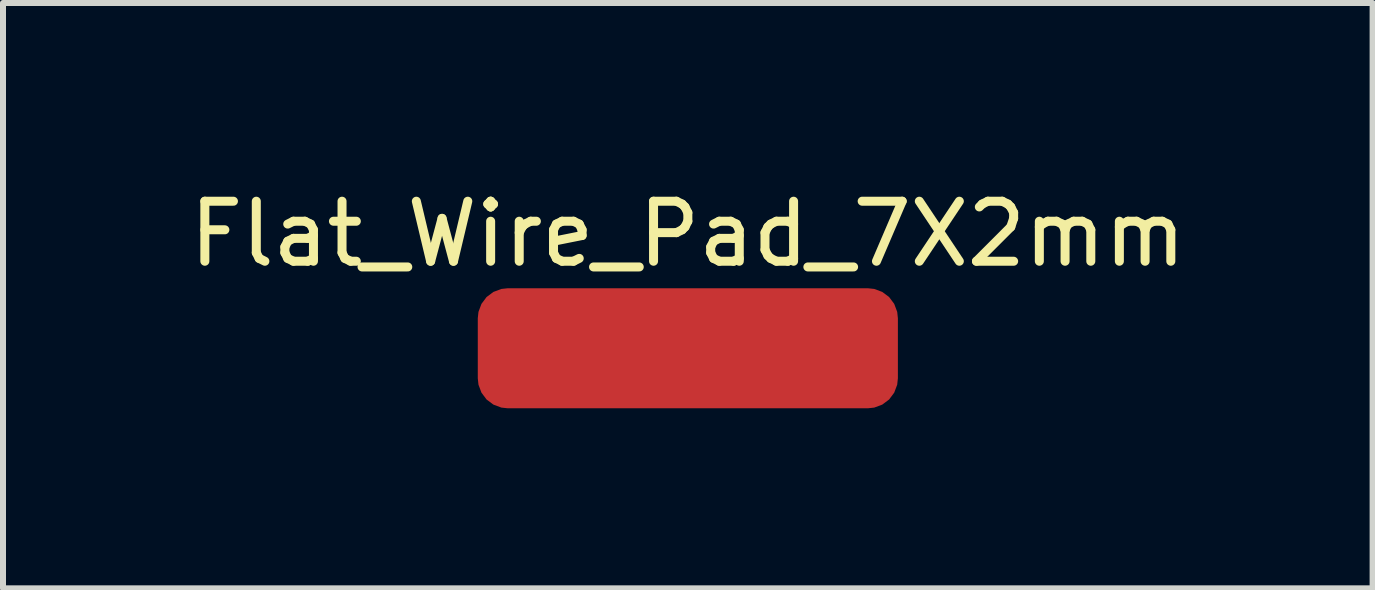
<source format=kicad_pcb>
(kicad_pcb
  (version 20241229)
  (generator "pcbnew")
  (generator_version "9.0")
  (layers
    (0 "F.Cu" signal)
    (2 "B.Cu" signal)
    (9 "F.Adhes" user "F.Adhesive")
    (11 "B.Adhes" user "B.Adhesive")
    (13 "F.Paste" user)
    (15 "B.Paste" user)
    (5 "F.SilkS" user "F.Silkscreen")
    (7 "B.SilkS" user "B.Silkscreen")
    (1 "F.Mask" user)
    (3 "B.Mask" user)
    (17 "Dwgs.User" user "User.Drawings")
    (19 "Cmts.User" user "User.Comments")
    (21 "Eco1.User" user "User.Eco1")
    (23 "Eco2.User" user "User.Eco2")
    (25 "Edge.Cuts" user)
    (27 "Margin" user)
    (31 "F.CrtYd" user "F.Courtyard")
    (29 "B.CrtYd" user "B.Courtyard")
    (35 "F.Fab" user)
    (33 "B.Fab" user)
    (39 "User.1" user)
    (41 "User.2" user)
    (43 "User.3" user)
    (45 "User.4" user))
  (footprint "Flat_Wire_Pad_7X2mm"
    (layer "F.Cu")
    (at 8.411 2.753)
    (property "Reference" "Flat_Wire_Pad_7X2mm" (at 0 -1.905 0) (unlocked yes) (layer "F.SilkS") (effects (font (size 1 1) (thickness 0.15))))
    (attr smd)
    (pad "1" smd roundrect (at 0 0) (size 7 2) (layers "F.Cu" "F.Mask" "F.Paste") (roundrect_rratio 0.25)))
  (gr_rect
    (start -3 -3)
    (end 19.821 6.753)
    (stroke (width 0.1) (type default))
    (fill no)
    (layer "Edge.Cuts")))
</source>
